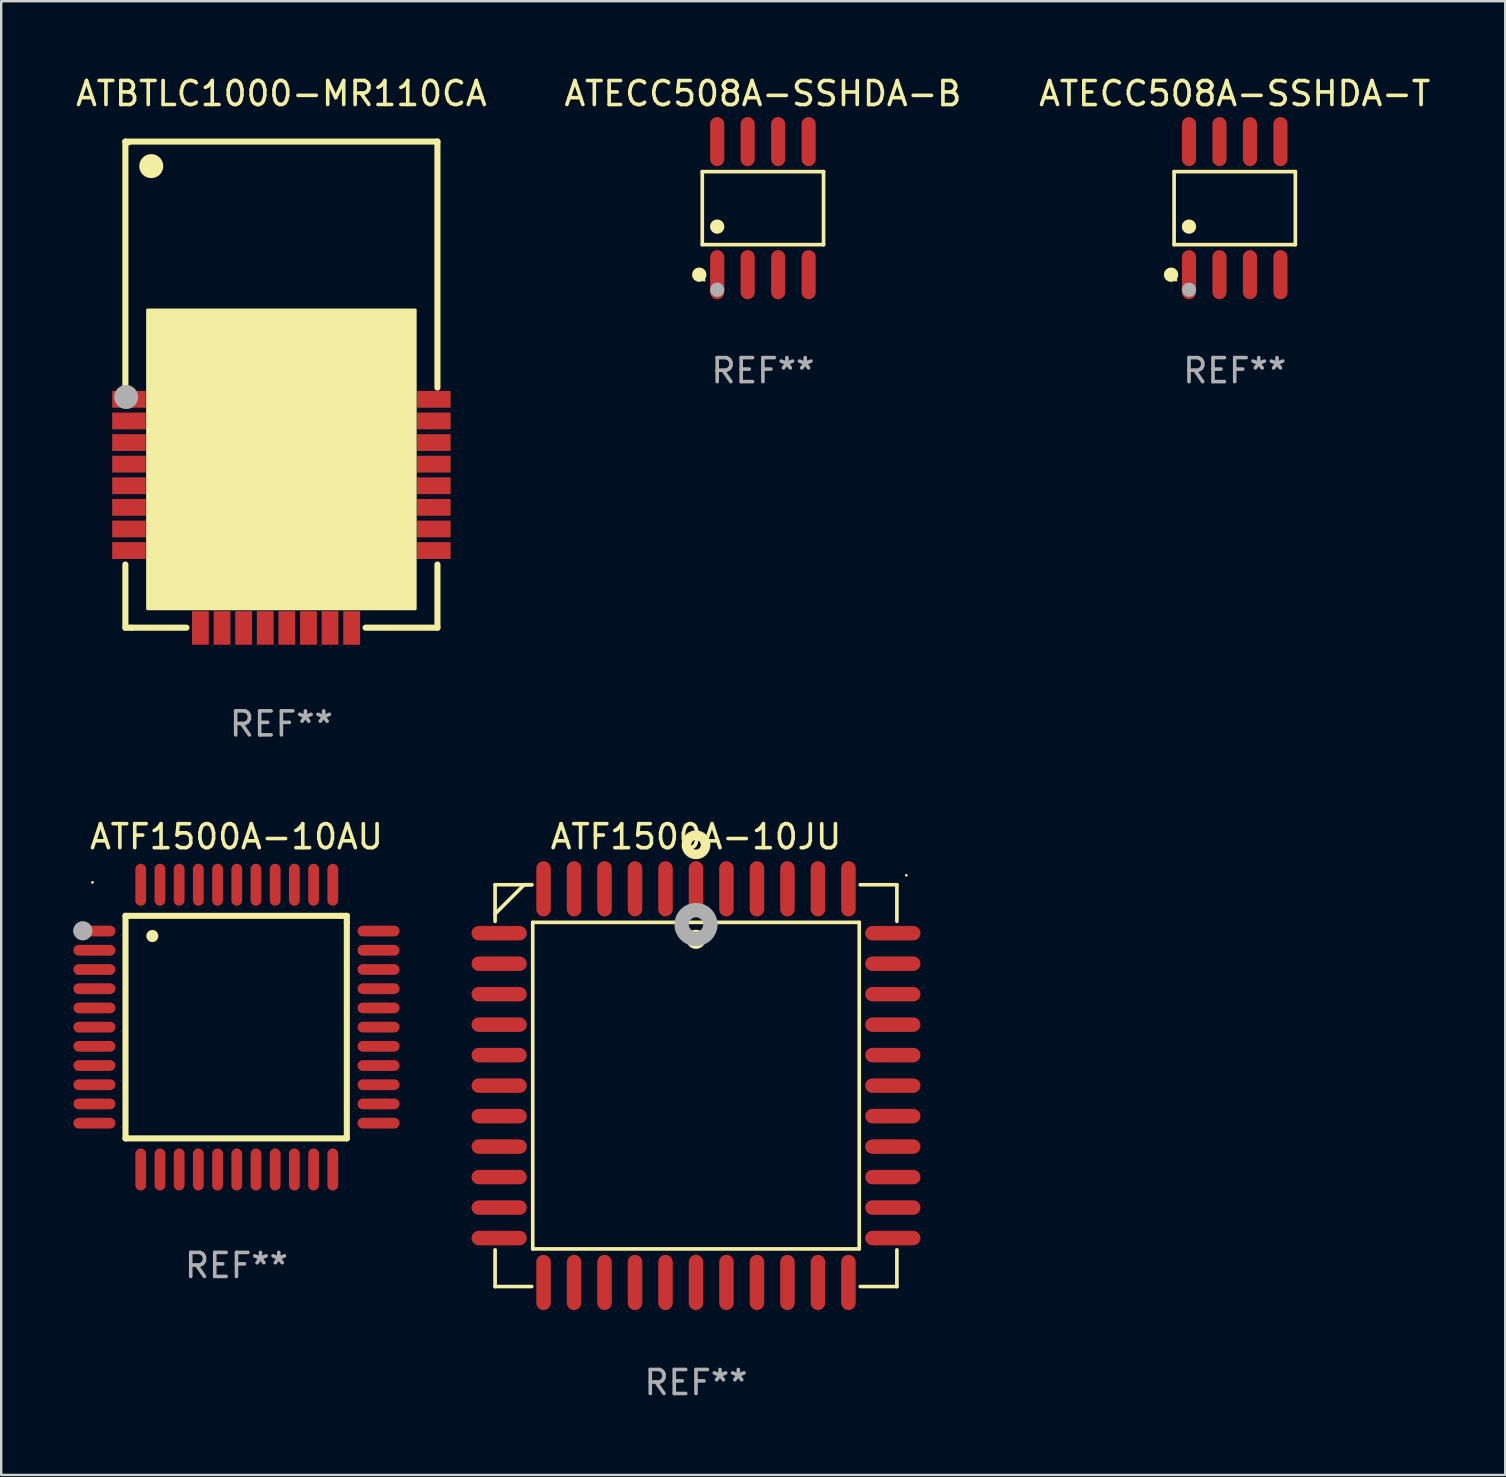
<source format=kicad_pcb>
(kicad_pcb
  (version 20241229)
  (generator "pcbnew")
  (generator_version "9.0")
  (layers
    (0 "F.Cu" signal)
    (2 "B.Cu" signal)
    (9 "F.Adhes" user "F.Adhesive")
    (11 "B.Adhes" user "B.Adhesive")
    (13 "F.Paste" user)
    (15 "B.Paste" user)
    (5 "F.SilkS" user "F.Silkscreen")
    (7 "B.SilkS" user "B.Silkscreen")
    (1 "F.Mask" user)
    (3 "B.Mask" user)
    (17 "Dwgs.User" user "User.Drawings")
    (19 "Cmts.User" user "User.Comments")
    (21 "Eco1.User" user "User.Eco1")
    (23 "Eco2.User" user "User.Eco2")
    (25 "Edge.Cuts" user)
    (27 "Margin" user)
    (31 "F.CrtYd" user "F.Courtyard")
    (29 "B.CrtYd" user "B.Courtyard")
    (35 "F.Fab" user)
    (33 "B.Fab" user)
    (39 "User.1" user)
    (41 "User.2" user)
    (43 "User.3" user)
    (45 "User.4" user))
  (footprint "ATECC508A-SSHDA-B"
    (layer "F.Cu")
    (at 28.732 5.621)
    (property "Reference" "ATECC508A-SSHDA-B" (at 0 -4.772 0) (layer "F.SilkS") (effects (font (size 1 1) (thickness 0.15))))
    (attr through_hole)
    (fp_line (start -2.526 -1.521) (end 2.526 -1.521) (stroke (width 0.152) (type solid)) (layer "F.SilkS"))
    (fp_line (start -2.526 1.521) (end -2.526 -1.521) (stroke (width 0.152) (type solid)) (layer "F.SilkS"))
    (fp_line (start 2.526 -1.521) (end 2.526 1.521) (stroke (width 0.152) (type solid)) (layer "F.SilkS"))
    (fp_line (start 2.526 1.521) (end -2.526 1.521) (stroke (width 0.152) (type solid)) (layer "F.SilkS"))
    (fp_circle (center -2.652 2.772) (end -2.501 2.772) (stroke (width 0.3) (type solid)) (fill no) (layer "F.SilkS"))
    (fp_circle (center -2.45 3) (end -2.42 3) (stroke (width 0.06) (type solid)) (fill no) (layer "F.SilkS"))
    (fp_circle (center -1.905 0.769) (end -1.755 0.769) (stroke (width 0.3) (type solid)) (fill no) (layer "F.SilkS"))
    (fp_circle (center -1.905 3.4) (end -1.755 3.4) (stroke (width 0.3) (type solid)) (fill no) (layer "F.Fab"))
    (fp_text user "REF**" (at 0 6.772 0) (layer "F.Fab") (effects (font (size 1 1) (thickness 0.15))))
    (pad "1" smd oval (at -1.905 2.772) (size 0.588 2.045) (layers "F.Cu" "F.Mask" "F.Paste"))
    (pad "2" smd oval (at -0.635 2.772) (size 0.588 2.045) (layers "F.Cu" "F.Mask" "F.Paste"))
    (pad "3" smd oval (at 0.635 2.772) (size 0.588 2.045) (layers "F.Cu" "F.Mask" "F.Paste"))
    (pad "4" smd oval (at 1.905 2.772) (size 0.588 2.045) (layers "F.Cu" "F.Mask" "F.Paste"))
    (pad "5" smd oval (at 1.905 -2.772) (size 0.588 2.045) (layers "F.Cu" "F.Mask" "F.Paste"))
    (pad "6" smd oval (at 0.635 -2.772) (size 0.588 2.045) (layers "F.Cu" "F.Mask" "F.Paste"))
    (pad "7" smd oval (at -0.635 -2.772) (size 0.588 2.045) (layers "F.Cu" "F.Mask" "F.Paste"))
    (pad "8" smd oval (at -1.905 -2.772) (size 0.588 2.045) (layers "F.Cu" "F.Mask" "F.Paste")))
  (footprint "ATF1500A-10JU"
    (layer "F.Cu")
    (at 25.944 42.176)
    (property "Reference" "ATF1500A-10JU" (at 0 -10.369 0) (layer "F.SilkS") (effects (font (size 1 1) (thickness 0.15))))
    (attr through_hole)
    (fp_line (start -8.369 -8.369) (end -8.369 -6.843) (stroke (width 0.152) (type solid)) (layer "F.SilkS"))
    (fp_line (start -8.369 8.369) (end -8.369 6.843) (stroke (width 0.152) (type solid)) (layer "F.SilkS"))
    (fp_line (start -7.156 -8.369) (end -8.369 -7.156) (stroke (width 0.152) (type solid)) (layer "F.SilkS"))
    (fp_line (start -6.843 -8.369) (end -8.369 -8.369) (stroke (width 0.152) (type solid)) (layer "F.SilkS"))
    (fp_line (start -6.843 -8.369) (end -7.156 -8.369) (stroke (width 0.152) (type solid)) (layer "F.SilkS"))
    (fp_line (start -6.843 8.369) (end -8.369 8.369) (stroke (width 0.152) (type solid)) (layer "F.SilkS"))
    (fp_line (start -6.801 -6.801) (end 6.801 -6.801) (stroke (width 0.152) (type solid)) (layer "F.SilkS"))
    (fp_line (start -6.801 6.801) (end -6.801 -6.801) (stroke (width 0.152) (type solid)) (layer "F.SilkS"))
    (fp_line (start 6.801 -6.801) (end 6.801 6.801) (stroke (width 0.152) (type solid)) (layer "F.SilkS"))
    (fp_line (start 6.801 6.801) (end -6.801 6.801) (stroke (width 0.152) (type solid)) (layer "F.SilkS"))
    (fp_line (start 6.843 -8.369) (end 8.369 -8.369) (stroke (width 0.152) (type solid)) (layer "F.SilkS"))
    (fp_line (start 6.843 8.369) (end 8.369 8.369) (stroke (width 0.152) (type solid)) (layer "F.SilkS"))
    (fp_line (start 8.369 -8.369) (end 8.369 -6.843) (stroke (width 0.152) (type solid)) (layer "F.SilkS"))
    (fp_line (start 8.369 8.369) (end 8.369 6.843) (stroke (width 0.152) (type solid)) (layer "F.SilkS"))
    (fp_circle (center -0.000013 -6.096) (end 0.2 -6.096) (stroke (width 0.4) (type solid)) (fill no) (layer "F.SilkS"))
    (fp_circle (center 0.000114 -10.033) (end 0.2 -10.033) (stroke (width 0.4) (type solid)) (fill no) (layer "F.SilkS"))
    (fp_circle (center 8.763 -8.763) (end 8.793 -8.763) (stroke (width 0.06) (type solid)) (fill no) (layer "F.SilkS"))
    (fp_circle (center 0.000114 -6.712) (end 0.3 -6.712) (stroke (width 0.6) (type solid)) (fill no) (layer "F.Fab"))
    (fp_text user "REF**" (at 0 12.369 0) (layer "F.Fab") (effects (font (size 1 1) (thickness 0.15))))
    (pad "1" smd oval (at 0.000114 -8.2) (size 0.604 2.3) (layers "F.Cu" "F.Mask" "F.Paste"))
    (pad "2" smd oval (at -1.27 -8.2) (size 0.604 2.3) (layers "F.Cu" "F.Mask" "F.Paste"))
    (pad "3" smd oval (at -2.54 -8.2) (size 0.604 2.3) (layers "F.Cu" "F.Mask" "F.Paste"))
    (pad "4" smd oval (at -3.81 -8.2) (size 0.604 2.3) (layers "F.Cu" "F.Mask" "F.Paste"))
    (pad "5" smd oval (at -5.08 -8.2) (size 0.604 2.3) (layers "F.Cu" "F.Mask" "F.Paste"))
    (pad "6" smd oval (at -6.35 -8.2) (size 0.604 2.3) (layers "F.Cu" "F.Mask" "F.Paste"))
    (pad "7" smd oval (at -8.2 -6.35) (size 2.3 0.604) (layers "F.Cu" "F.Mask" "F.Paste"))
    (pad "8" smd oval (at -8.2 -5.08) (size 2.3 0.604) (layers "F.Cu" "F.Mask" "F.Paste"))
    (pad "9" smd oval (at -8.2 -3.81) (size 2.3 0.604) (layers "F.Cu" "F.Mask" "F.Paste"))
    (pad "10" smd oval (at -8.2 -2.54) (size 2.3 0.604) (layers "F.Cu" "F.Mask" "F.Paste"))
    (pad "11" smd oval (at -8.2 -1.27) (size 2.3 0.604) (layers "F.Cu" "F.Mask" "F.Paste"))
    (pad "12" smd oval (at -8.2 0.000127) (size 2.3 0.604) (layers "F.Cu" "F.Mask" "F.Paste"))
    (pad "13" smd oval (at -8.2 1.27) (size 2.3 0.604) (layers "F.Cu" "F.Mask" "F.Paste"))
    (pad "14" smd oval (at -8.2 2.54) (size 2.3 0.604) (layers "F.Cu" "F.Mask" "F.Paste"))
    (pad "15" smd oval (at -8.2 3.81) (size 2.3 0.604) (layers "F.Cu" "F.Mask" "F.Paste"))
    (pad "16" smd oval (at -8.2 5.08) (size 2.3 0.604) (layers "F.Cu" "F.Mask" "F.Paste"))
    (pad "17" smd oval (at -8.2 6.35) (size 2.3 0.604) (layers "F.Cu" "F.Mask" "F.Paste"))
    (pad "18" smd oval (at -6.35 8.2) (size 0.604 2.3) (layers "F.Cu" "F.Mask" "F.Paste"))
    (pad "19" smd oval (at -5.08 8.2) (size 0.604 2.3) (layers "F.Cu" "F.Mask" "F.Paste"))
    (pad "20" smd oval (at -3.81 8.2) (size 0.604 2.3) (layers "F.Cu" "F.Mask" "F.Paste"))
    (pad "21" smd oval (at -2.54 8.2) (size 0.604 2.3) (layers "F.Cu" "F.Mask" "F.Paste"))
    (pad "22" smd oval (at -1.27 8.2) (size 0.604 2.3) (layers "F.Cu" "F.Mask" "F.Paste"))
    (pad "23" smd oval (at 0.000114 8.2) (size 0.604 2.3) (layers "F.Cu" "F.Mask" "F.Paste"))
    (pad "24" smd oval (at 1.27 8.2) (size 0.604 2.3) (layers "F.Cu" "F.Mask" "F.Paste"))
    (pad "25" smd oval (at 2.54 8.2) (size 0.604 2.3) (layers "F.Cu" "F.Mask" "F.Paste"))
    (pad "26" smd oval (at 3.81 8.2) (size 0.604 2.3) (layers "F.Cu" "F.Mask" "F.Paste"))
    (pad "27" smd oval (at 5.08 8.2) (size 0.604 2.3) (layers "F.Cu" "F.Mask" "F.Paste"))
    (pad "28" smd oval (at 6.35 8.2) (size 0.604 2.3) (layers "F.Cu" "F.Mask" "F.Paste"))
    (pad "29" smd oval (at 8.2 6.35) (size 2.3 0.604) (layers "F.Cu" "F.Mask" "F.Paste"))
    (pad "30" smd oval (at 8.2 5.08) (size 2.3 0.604) (layers "F.Cu" "F.Mask" "F.Paste"))
    (pad "31" smd oval (at 8.2 3.81) (size 2.3 0.604) (layers "F.Cu" "F.Mask" "F.Paste"))
    (pad "32" smd oval (at 8.2 2.54) (size 2.3 0.604) (layers "F.Cu" "F.Mask" "F.Paste"))
    (pad "33" smd oval (at 8.2 1.27) (size 2.3 0.604) (layers "F.Cu" "F.Mask" "F.Paste"))
    (pad "34" smd oval (at 8.2 0.000127) (size 2.3 0.604) (layers "F.Cu" "F.Mask" "F.Paste"))
    (pad "35" smd oval (at 8.2 -1.27) (size 2.3 0.604) (layers "F.Cu" "F.Mask" "F.Paste"))
    (pad "36" smd oval (at 8.2 -2.54) (size 2.3 0.604) (layers "F.Cu" "F.Mask" "F.Paste"))
    (pad "37" smd oval (at 8.2 -3.81) (size 2.3 0.604) (layers "F.Cu" "F.Mask" "F.Paste"))
    (pad "38" smd oval (at 8.2 -5.08) (size 2.3 0.604) (layers "F.Cu" "F.Mask" "F.Paste"))
    (pad "39" smd oval (at 8.2 -6.35) (size 2.3 0.604) (layers "F.Cu" "F.Mask" "F.Paste"))
    (pad "40" smd oval (at 6.35 -8.2) (size 0.604 2.3) (layers "F.Cu" "F.Mask" "F.Paste"))
    (pad "41" smd oval (at 5.08 -8.2) (size 0.604 2.3) (layers "F.Cu" "F.Mask" "F.Paste"))
    (pad "42" smd oval (at 3.81 -8.2) (size 0.604 2.3) (layers "F.Cu" "F.Mask" "F.Paste"))
    (pad "43" smd oval (at 2.54 -8.2) (size 0.604 2.3) (layers "F.Cu" "F.Mask" "F.Paste"))
    (pad "44" smd oval (at 1.27 -8.2) (size 0.604 2.3) (layers "F.Cu" "F.Mask" "F.Paste")))
  (footprint "ATF1500A-10AU"
    (layer "F.Cu")
    (at 6.801 39.738)
    (property "Reference" "ATF1500A-10AU" (at 0 -7.931 0) (layer "F.SilkS") (effects (font (size 1 1) (thickness 0.15))))
    (attr through_hole)
    (fp_line (start -4.623 -4.636) (end 4.35 -4.636) (stroke (width 0.254) (type solid)) (layer "F.SilkS"))
    (fp_line (start -4.623 4.636) (end -4.623 -4.636) (stroke (width 0.254) (type solid)) (layer "F.SilkS"))
    (fp_line (start 4.35 -4.636) (end 4.597 -4.636) (stroke (width 0.254) (type solid)) (layer "F.SilkS"))
    (fp_line (start 4.597 -4.636) (end 4.597 -4.363) (stroke (width 0.254) (type solid)) (layer "F.SilkS"))
    (fp_line (start 4.597 -4.363) (end 4.597 4.636) (stroke (width 0.254) (type solid)) (layer "F.SilkS"))
    (fp_line (start 4.597 4.636) (end -4.623 4.636) (stroke (width 0.254) (type solid)) (layer "F.SilkS"))
    (fp_arc (start -3.505207 -3.792228) (mid -3.50522 -3.794768) (end -3.505207 -3.797308) (stroke (width 0.5) (type solid)) (layer "F.SilkS"))
    (fp_circle (center -6 -6.03) (end -5.97 -6.03) (stroke (width 0.06) (type solid)) (fill no) (layer "F.SilkS"))
    (fp_circle (center -6.401 -4.013) (end -6.201 -4.013) (stroke (width 0.4) (type solid)) (fill no) (layer "F.Fab"))
    (fp_text user "REF**" (at 0 9.931 0) (layer "F.Fab") (effects (font (size 1 1) (thickness 0.15))))
    (pad "1" smd oval (at -5.918 -4.001 90) (size 0.45 1.75) (layers "F.Cu" "F.Mask" "F.Paste"))
    (pad "2" smd oval (at -5.918 -3.2 90) (size 0.45 1.75) (layers "F.Cu" "F.Mask" "F.Paste"))
    (pad "3" smd oval (at -5.918 -2.4 90) (size 0.45 1.75) (layers "F.Cu" "F.Mask" "F.Paste"))
    (pad "4" smd oval (at -5.918 -1.6 90) (size 0.45 1.75) (layers "F.Cu" "F.Mask" "F.Paste"))
    (pad "5" smd oval (at -5.918 -0.8 90) (size 0.45 1.75) (layers "F.Cu" "F.Mask" "F.Paste"))
    (pad "6" smd oval (at -5.918 0 90) (size 0.45 1.75) (layers "F.Cu" "F.Mask" "F.Paste"))
    (pad "7" smd oval (at -5.918 0.8 90) (size 0.45 1.75) (layers "F.Cu" "F.Mask" "F.Paste"))
    (pad "8" smd oval (at -5.918 1.6 90) (size 0.45 1.75) (layers "F.Cu" "F.Mask" "F.Paste"))
    (pad "9" smd oval (at -5.918 2.4 90) (size 0.45 1.75) (layers "F.Cu" "F.Mask" "F.Paste"))
    (pad "10" smd oval (at -5.918 3.2 90) (size 0.45 1.75) (layers "F.Cu" "F.Mask" "F.Paste"))
    (pad "11" smd oval (at -5.918 4.001 90) (size 0.45 1.75) (layers "F.Cu" "F.Mask" "F.Paste"))
    (pad "12" smd oval (at -3.988 5.931) (size 0.45 1.75) (layers "F.Cu" "F.Mask" "F.Paste"))
    (pad "13" smd oval (at -3.188 5.931) (size 0.45 1.75) (layers "F.Cu" "F.Mask" "F.Paste"))
    (pad "14" smd oval (at -2.388 5.931) (size 0.45 1.75) (layers "F.Cu" "F.Mask" "F.Paste"))
    (pad "15" smd oval (at -1.588 5.931) (size 0.45 1.75) (layers "F.Cu" "F.Mask" "F.Paste"))
    (pad "16" smd oval (at -0.787 5.931) (size 0.45 1.75) (layers "F.Cu" "F.Mask" "F.Paste"))
    (pad "17" smd oval (at 0.013 5.931) (size 0.45 1.75) (layers "F.Cu" "F.Mask" "F.Paste"))
    (pad "18" smd oval (at 0.813 5.931) (size 0.45 1.75) (layers "F.Cu" "F.Mask" "F.Paste"))
    (pad "19" smd oval (at 1.613 5.931) (size 0.45 1.75) (layers "F.Cu" "F.Mask" "F.Paste"))
    (pad "20" smd oval (at 2.413 5.931) (size 0.45 1.75) (layers "F.Cu" "F.Mask" "F.Paste"))
    (pad "21" smd oval (at 3.213 5.931) (size 0.45 1.75) (layers "F.Cu" "F.Mask" "F.Paste"))
    (pad "22" smd oval (at 4.013 5.931) (size 0.45 1.75) (layers "F.Cu" "F.Mask" "F.Paste"))
    (pad "23" smd oval (at 5.918 4.001 90) (size 0.45 1.75) (layers "F.Cu" "F.Mask" "F.Paste"))
    (pad "24" smd oval (at 5.918 3.2 90) (size 0.45 1.75) (layers "F.Cu" "F.Mask" "F.Paste"))
    (pad "25" smd oval (at 5.918 2.4 90) (size 0.45 1.75) (layers "F.Cu" "F.Mask" "F.Paste"))
    (pad "26" smd oval (at 5.918 1.6 90) (size 0.45 1.75) (layers "F.Cu" "F.Mask" "F.Paste"))
    (pad "27" smd oval (at 5.918 0.8 90) (size 0.45 1.75) (layers "F.Cu" "F.Mask" "F.Paste"))
    (pad "28" smd oval (at 5.918 0 90) (size 0.45 1.75) (layers "F.Cu" "F.Mask" "F.Paste"))
    (pad "29" smd oval (at 5.918 -0.8 90) (size 0.45 1.75) (layers "F.Cu" "F.Mask" "F.Paste"))
    (pad "30" smd oval (at 5.918 -1.6 90) (size 0.45 1.75) (layers "F.Cu" "F.Mask" "F.Paste"))
    (pad "31" smd oval (at 5.918 -2.4 90) (size 0.45 1.75) (layers "F.Cu" "F.Mask" "F.Paste"))
    (pad "32" smd oval (at 5.918 -3.2 90) (size 0.45 1.75) (layers "F.Cu" "F.Mask" "F.Paste"))
    (pad "33" smd oval (at 5.918 -4.001 90) (size 0.45 1.75) (layers "F.Cu" "F.Mask" "F.Paste"))
    (pad "34" smd oval (at 4.013 -5.931) (size 0.45 1.75) (layers "F.Cu" "F.Mask" "F.Paste"))
    (pad "35" smd oval (at 3.213 -5.931) (size 0.45 1.75) (layers "F.Cu" "F.Mask" "F.Paste"))
    (pad "36" smd oval (at 2.413 -5.931) (size 0.45 1.75) (layers "F.Cu" "F.Mask" "F.Paste"))
    (pad "37" smd oval (at 1.613 -5.931) (size 0.45 1.75) (layers "F.Cu" "F.Mask" "F.Paste"))
    (pad "38" smd oval (at 0.813 -5.931) (size 0.45 1.75) (layers "F.Cu" "F.Mask" "F.Paste"))
    (pad "39" smd oval (at 0.013 -5.931) (size 0.45 1.75) (layers "F.Cu" "F.Mask" "F.Paste"))
    (pad "40" smd oval (at -0.787 -5.931) (size 0.45 1.75) (layers "F.Cu" "F.Mask" "F.Paste"))
    (pad "41" smd oval (at -1.588 -5.931) (size 0.45 1.75) (layers "F.Cu" "F.Mask" "F.Paste"))
    (pad "42" smd oval (at -2.388 -5.931) (size 0.45 1.75) (layers "F.Cu" "F.Mask" "F.Paste"))
    (pad "43" smd oval (at -3.188 -5.931) (size 0.45 1.75) (layers "F.Cu" "F.Mask" "F.Paste"))
    (pad "44" smd oval (at -3.988 -5.931) (size 0.45 1.75) (layers "F.Cu" "F.Mask" "F.Paste")))
  (footprint "ATECC508A-SSHDA-T"
    (layer "F.Cu")
    (at 48.387 5.621)
    (property "Reference" "ATECC508A-SSHDA-T" (at 0 -4.772 0) (layer "F.SilkS") (effects (font (size 1 1) (thickness 0.15))))
    (attr through_hole)
    (fp_line (start -2.526 -1.521) (end 2.526 -1.521) (stroke (width 0.152) (type solid)) (layer "F.SilkS"))
    (fp_line (start -2.526 1.521) (end -2.526 -1.521) (stroke (width 0.152) (type solid)) (layer "F.SilkS"))
    (fp_line (start 2.526 -1.521) (end 2.526 1.521) (stroke (width 0.152) (type solid)) (layer "F.SilkS"))
    (fp_line (start 2.526 1.521) (end -2.526 1.521) (stroke (width 0.152) (type solid)) (layer "F.SilkS"))
    (fp_circle (center -2.652 2.772) (end -2.501 2.772) (stroke (width 0.3) (type solid)) (fill no) (layer "F.SilkS"))
    (fp_circle (center -2.45 3) (end -2.42 3) (stroke (width 0.06) (type solid)) (fill no) (layer "F.SilkS"))
    (fp_circle (center -1.905 0.769) (end -1.755 0.769) (stroke (width 0.3) (type solid)) (fill no) (layer "F.SilkS"))
    (fp_circle (center -1.905 3.4) (end -1.755 3.4) (stroke (width 0.3) (type solid)) (fill no) (layer "F.Fab"))
    (fp_text user "REF**" (at 0 6.772 0) (layer "F.Fab") (effects (font (size 1 1) (thickness 0.15))))
    (pad "1" smd oval (at -1.905 2.772) (size 0.588 2.045) (layers "F.Cu" "F.Mask" "F.Paste"))
    (pad "2" smd oval (at -0.635 2.772) (size 0.588 2.045) (layers "F.Cu" "F.Mask" "F.Paste"))
    (pad "3" smd oval (at 0.635 2.772) (size 0.588 2.045) (layers "F.Cu" "F.Mask" "F.Paste"))
    (pad "4" smd oval (at 1.905 2.772) (size 0.588 2.045) (layers "F.Cu" "F.Mask" "F.Paste"))
    (pad "5" smd oval (at 1.905 -2.772) (size 0.588 2.045) (layers "F.Cu" "F.Mask" "F.Paste"))
    (pad "6" smd oval (at 0.635 -2.772) (size 0.588 2.045) (layers "F.Cu" "F.Mask" "F.Paste"))
    (pad "7" smd oval (at -0.635 -2.772) (size 0.588 2.045) (layers "F.Cu" "F.Mask" "F.Paste"))
    (pad "8" smd oval (at -1.905 -2.772) (size 0.588 2.045) (layers "F.Cu" "F.Mask" "F.Paste")))
  (footprint "ATBTLC1000-MR110CA"
    (layer "F.Cu")
    (at 8.673 12.979)
    (property "Reference" "ATBTLC1000-MR110CA" (at 0 -12.131 0) (layer "F.SilkS") (effects (font (size 1 1) (thickness 0.15))))
    (attr through_hole)
    (fp_line (start -6.5 -10.131) (end 6.5 -10.131) (stroke (width 0.254) (type solid)) (layer "F.SilkS"))
    (fp_line (start -6.5 0.026) (end -6.5 -10.131) (stroke (width 0.254) (type solid)) (layer "F.SilkS"))
    (fp_line (start -6.5 10.119) (end -6.5 7.488) (stroke (width 0.254) (type solid)) (layer "F.SilkS"))
    (fp_line (start -6.25 10.119) (end -6.5 10.119) (stroke (width 0.254) (type solid)) (layer "F.SilkS"))
    (fp_line (start -3.955 10.119) (end -6.25 10.119) (stroke (width 0.254) (type solid)) (layer "F.SilkS"))
    (fp_line (start 6.5 -10.131) (end 6.5 0.119) (stroke (width 0.254) (type solid)) (layer "F.SilkS"))
    (fp_line (start 6.5 7.488) (end 6.5 10.119) (stroke (width 0.254) (type solid)) (layer "F.SilkS"))
    (fp_line (start 6.5 10.119) (end 3.507 10.119) (stroke (width 0.254) (type solid)) (layer "F.SilkS"))
    (fp_circle (center -6.35 -10.026) (end -6.32 -10.026) (stroke (width 0.06) (type solid)) (fill no) (layer "F.SilkS"))
    (fp_circle (center -5.421 -9.109) (end -5.171 -9.109) (stroke (width 0.5) (type solid)) (fill no) (layer "F.SilkS"))
    (fp_poly (pts (xy -5.575 -3.117) (xy 5.575 -3.117) (xy 5.575 9.334) (xy -5.575 9.334)) (stroke (width 0.12) (type solid)) (fill yes) (layer "F.SilkS"))
    (fp_circle (center -6.467 0.511) (end -6.217 0.511) (stroke (width 0.5) (type solid)) (fill no) (layer "F.Fab"))
    (fp_text user "REF**" (at 0 14.131 0) (layer "F.Fab") (effects (font (size 1 1) (thickness 0.15))))
    (pad "1" smd rect (at -6.35 0.607) (size 1.4 0.7) (layers "F.Cu" "F.Mask" "F.Paste"))
    (pad "2" smd rect (at -6.35 1.507) (size 1.4 0.7) (layers "F.Cu" "F.Mask" "F.Paste"))
    (pad "3" smd rect (at -6.35 2.407) (size 1.4 0.7) (layers "F.Cu" "F.Mask" "F.Paste"))
    (pad "4" smd rect (at -6.35 3.307) (size 1.4 0.7) (layers "F.Cu" "F.Mask" "F.Paste"))
    (pad "5" smd rect (at -6.35 4.207) (size 1.4 0.7) (layers "F.Cu" "F.Mask" "F.Paste"))
    (pad "6" smd rect (at -6.35 5.107) (size 1.4 0.7) (layers "F.Cu" "F.Mask" "F.Paste"))
    (pad "7" smd rect (at -6.35 6.007) (size 1.4 0.7) (layers "F.Cu" "F.Mask" "F.Paste"))
    (pad "8" smd rect (at -6.35 6.907) (size 1.4 0.7) (layers "F.Cu" "F.Mask" "F.Paste"))
    (pad "9" smd rect (at -3.374 10.131 90) (size 1.4 0.7) (layers "F.Cu" "F.Mask" "F.Paste"))
    (pad "10" smd rect (at -2.474 10.131 90) (size 1.4 0.7) (layers "F.Cu" "F.Mask" "F.Paste"))
    (pad "11" smd rect (at -1.574 10.131 90) (size 1.4 0.7) (layers "F.Cu" "F.Mask" "F.Paste"))
    (pad "12" smd rect (at -0.674 10.131 90) (size 1.4 0.7) (layers "F.Cu" "F.Mask" "F.Paste"))
    (pad "13" smd rect (at 0.226 10.131 90) (size 1.4 0.7) (layers "F.Cu" "F.Mask" "F.Paste"))
    (pad "14" smd rect (at 1.126 10.131 90) (size 1.4 0.7) (layers "F.Cu" "F.Mask" "F.Paste"))
    (pad "15" smd rect (at 2.026 10.131 90) (size 1.4 0.7) (layers "F.Cu" "F.Mask" "F.Paste"))
    (pad "16" smd rect (at 2.926 10.131 90) (size 1.4 0.7) (layers "F.Cu" "F.Mask" "F.Paste"))
    (pad "17" smd rect (at 6.35 6.907 180) (size 1.4 0.7) (layers "F.Cu" "F.Mask" "F.Paste"))
    (pad "18" smd rect (at 6.35 6.007 180) (size 1.4 0.7) (layers "F.Cu" "F.Mask" "F.Paste"))
    (pad "19" smd rect (at 6.35 5.107 180) (size 1.4 0.7) (layers "F.Cu" "F.Mask" "F.Paste"))
    (pad "20" smd rect (at 6.35 4.207 180) (size 1.4 0.7) (layers "F.Cu" "F.Mask" "F.Paste"))
    (pad "21" smd rect (at 6.35 3.307 180) (size 1.4 0.7) (layers "F.Cu" "F.Mask" "F.Paste"))
    (pad "22" smd rect (at 6.35 2.407 180) (size 1.4 0.7) (layers "F.Cu" "F.Mask" "F.Paste"))
    (pad "23" smd rect (at 6.35 1.507 180) (size 1.4 0.7) (layers "F.Cu" "F.Mask" "F.Paste"))
    (pad "24" smd rect (at 6.35 0.607) (size 1.4 0.7) (layers "F.Cu" "F.Mask" "F.Paste"))
    (pad "25" smd rect (at 0 3.119 90) (size 2.7 2.7) (layers "F.Cu" "F.Mask" "F.Paste")))
  (gr_rect
    (start -3 -3)
    (end 59.655 58.394)
    (stroke (width 0.1) (type default))
    (fill no)
    (layer "Edge.Cuts")))
</source>
